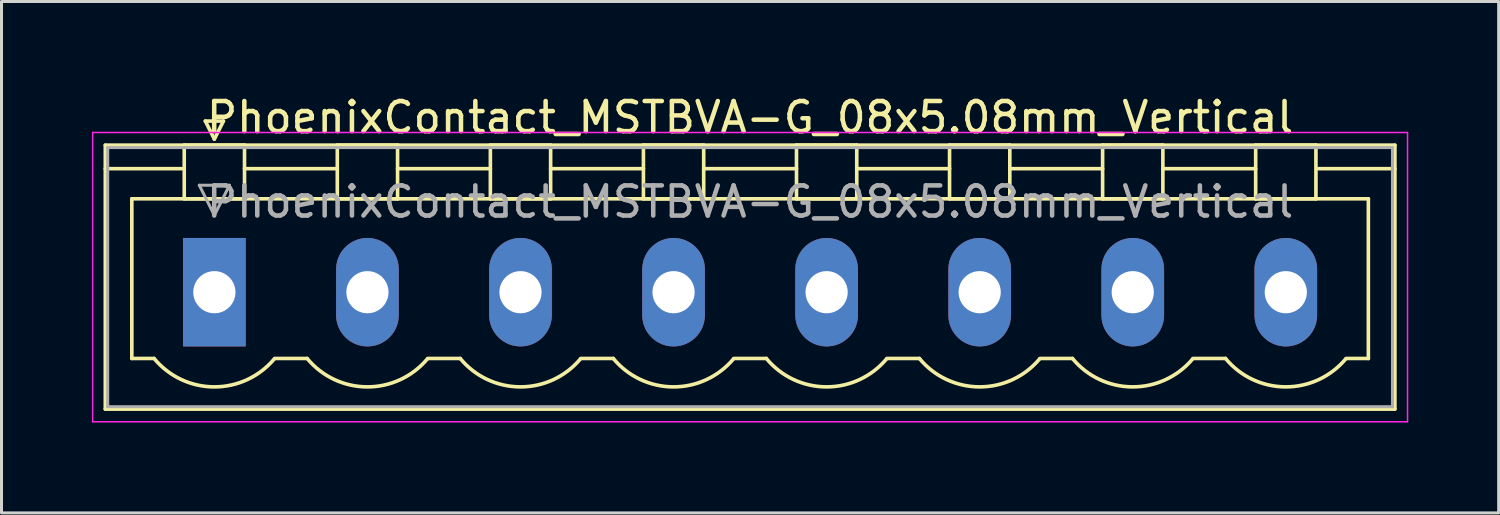
<source format=kicad_pcb>
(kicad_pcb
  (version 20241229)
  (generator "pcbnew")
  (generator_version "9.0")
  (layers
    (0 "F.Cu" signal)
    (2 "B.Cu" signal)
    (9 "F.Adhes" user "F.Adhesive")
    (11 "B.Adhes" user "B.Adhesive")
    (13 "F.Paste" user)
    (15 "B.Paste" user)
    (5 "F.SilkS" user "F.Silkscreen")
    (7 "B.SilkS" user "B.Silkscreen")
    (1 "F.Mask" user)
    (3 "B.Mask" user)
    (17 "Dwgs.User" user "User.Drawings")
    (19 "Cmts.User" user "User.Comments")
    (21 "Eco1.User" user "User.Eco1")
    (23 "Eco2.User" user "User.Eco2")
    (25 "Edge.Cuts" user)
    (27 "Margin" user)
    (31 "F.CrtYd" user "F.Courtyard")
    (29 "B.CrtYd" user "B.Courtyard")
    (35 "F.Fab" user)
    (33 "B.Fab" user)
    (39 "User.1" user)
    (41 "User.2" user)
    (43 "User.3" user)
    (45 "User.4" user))
  (footprint "PhoenixContact_MSTBVA-G_08x5.08mm_Vertical"
    (layer "F.Cu")
    (at 4.065 6.648)
    (property "Reference" "PhoenixContact_MSTBVA-G_08x5.08mm_Vertical" (at 17.78 -5.8 0) (layer "F.SilkS") (effects (font (size 1 1) (thickness 0.15))))
    (attr through_hole)
    (fp_line (start -3.62 -4.88) (end -3.62 3.88) (stroke (width 0.12) (type solid)) (layer "F.SilkS"))
    (fp_line (start -3.62 -4.1) (end -1.08 -4.1) (stroke (width 0.12) (type solid)) (layer "F.SilkS"))
    (fp_line (start -3.62 3.88) (end 39.18 3.88) (stroke (width 0.12) (type solid)) (layer "F.SilkS"))
    (fp_line (start -2.74 -3.1) (end 38.3 -3.1) (stroke (width 0.12) (type solid)) (layer "F.SilkS"))
    (fp_line (start -2.74 2.2) (end -2.74 -3.1) (stroke (width 0.12) (type solid)) (layer "F.SilkS"))
    (fp_line (start -2 2.2) (end -2.74 2.2) (stroke (width 0.12) (type solid)) (layer "F.SilkS"))
    (fp_line (start -1 -4.88) (end 1 -4.88) (stroke (width 0.12) (type solid)) (layer "F.SilkS"))
    (fp_line (start -1 -3.1) (end -1 -4.88) (stroke (width 0.12) (type solid)) (layer "F.SilkS"))
    (fp_line (start -0.3 -5.68) (end 0.3 -5.68) (stroke (width 0.12) (type solid)) (layer "F.SilkS"))
    (fp_line (start 0 -5.08) (end -0.3 -5.68) (stroke (width 0.12) (type solid)) (layer "F.SilkS"))
    (fp_line (start 0.3 -5.68) (end 0 -5.08) (stroke (width 0.12) (type solid)) (layer "F.SilkS"))
    (fp_line (start 1 -4.88) (end 1 -3.1) (stroke (width 0.12) (type solid)) (layer "F.SilkS"))
    (fp_line (start 1 -4.1) (end 4.08 -4.1) (stroke (width 0.12) (type solid)) (layer "F.SilkS"))
    (fp_line (start 1 -3.1) (end -1 -3.1) (stroke (width 0.12) (type solid)) (layer "F.SilkS"))
    (fp_line (start 2 2.2) (end 3.08 2.2) (stroke (width 0.12) (type solid)) (layer "F.SilkS"))
    (fp_line (start 4.08 -4.88) (end 6.08 -4.88) (stroke (width 0.12) (type solid)) (layer "F.SilkS"))
    (fp_line (start 4.08 -3.1) (end 4.08 -4.88) (stroke (width 0.12) (type solid)) (layer "F.SilkS"))
    (fp_line (start 6.08 -4.88) (end 6.08 -3.1) (stroke (width 0.12) (type solid)) (layer "F.SilkS"))
    (fp_line (start 6.08 -4.1) (end 9.16 -4.1) (stroke (width 0.12) (type solid)) (layer "F.SilkS"))
    (fp_line (start 6.08 -3.1) (end 4.08 -3.1) (stroke (width 0.12) (type solid)) (layer "F.SilkS"))
    (fp_line (start 7.08 2.2) (end 8.16 2.2) (stroke (width 0.12) (type solid)) (layer "F.SilkS"))
    (fp_line (start 9.16 -4.88) (end 11.16 -4.88) (stroke (width 0.12) (type solid)) (layer "F.SilkS"))
    (fp_line (start 9.16 -3.1) (end 9.16 -4.88) (stroke (width 0.12) (type solid)) (layer "F.SilkS"))
    (fp_line (start 11.16 -4.88) (end 11.16 -3.1) (stroke (width 0.12) (type solid)) (layer "F.SilkS"))
    (fp_line (start 11.16 -4.1) (end 14.24 -4.1) (stroke (width 0.12) (type solid)) (layer "F.SilkS"))
    (fp_line (start 11.16 -3.1) (end 9.16 -3.1) (stroke (width 0.12) (type solid)) (layer "F.SilkS"))
    (fp_line (start 12.16 2.2) (end 13.24 2.2) (stroke (width 0.12) (type solid)) (layer "F.SilkS"))
    (fp_line (start 14.24 -4.88) (end 16.24 -4.88) (stroke (width 0.12) (type solid)) (layer "F.SilkS"))
    (fp_line (start 14.24 -3.1) (end 14.24 -4.88) (stroke (width 0.12) (type solid)) (layer "F.SilkS"))
    (fp_line (start 16.24 -4.88) (end 16.24 -3.1) (stroke (width 0.12) (type solid)) (layer "F.SilkS"))
    (fp_line (start 16.24 -4.1) (end 19.32 -4.1) (stroke (width 0.12) (type solid)) (layer "F.SilkS"))
    (fp_line (start 16.24 -3.1) (end 14.24 -3.1) (stroke (width 0.12) (type solid)) (layer "F.SilkS"))
    (fp_line (start 17.24 2.2) (end 18.32 2.2) (stroke (width 0.12) (type solid)) (layer "F.SilkS"))
    (fp_line (start 19.32 -4.88) (end 21.32 -4.88) (stroke (width 0.12) (type solid)) (layer "F.SilkS"))
    (fp_line (start 19.32 -3.1) (end 19.32 -4.88) (stroke (width 0.12) (type solid)) (layer "F.SilkS"))
    (fp_line (start 21.32 -4.88) (end 21.32 -3.1) (stroke (width 0.12) (type solid)) (layer "F.SilkS"))
    (fp_line (start 21.32 -4.1) (end 24.4 -4.1) (stroke (width 0.12) (type solid)) (layer "F.SilkS"))
    (fp_line (start 21.32 -3.1) (end 19.32 -3.1) (stroke (width 0.12) (type solid)) (layer "F.SilkS"))
    (fp_line (start 22.32 2.2) (end 23.4 2.2) (stroke (width 0.12) (type solid)) (layer "F.SilkS"))
    (fp_line (start 24.4 -4.88) (end 26.4 -4.88) (stroke (width 0.12) (type solid)) (layer "F.SilkS"))
    (fp_line (start 24.4 -3.1) (end 24.4 -4.88) (stroke (width 0.12) (type solid)) (layer "F.SilkS"))
    (fp_line (start 26.4 -4.88) (end 26.4 -3.1) (stroke (width 0.12) (type solid)) (layer "F.SilkS"))
    (fp_line (start 26.4 -4.1) (end 29.48 -4.1) (stroke (width 0.12) (type solid)) (layer "F.SilkS"))
    (fp_line (start 26.4 -3.1) (end 24.4 -3.1) (stroke (width 0.12) (type solid)) (layer "F.SilkS"))
    (fp_line (start 27.4 2.2) (end 28.48 2.2) (stroke (width 0.12) (type solid)) (layer "F.SilkS"))
    (fp_line (start 29.48 -4.88) (end 31.48 -4.88) (stroke (width 0.12) (type solid)) (layer "F.SilkS"))
    (fp_line (start 29.48 -3.1) (end 29.48 -4.88) (stroke (width 0.12) (type solid)) (layer "F.SilkS"))
    (fp_line (start 31.48 -4.88) (end 31.48 -3.1) (stroke (width 0.12) (type solid)) (layer "F.SilkS"))
    (fp_line (start 31.48 -4.1) (end 34.56 -4.1) (stroke (width 0.12) (type solid)) (layer "F.SilkS"))
    (fp_line (start 31.48 -3.1) (end 29.48 -3.1) (stroke (width 0.12) (type solid)) (layer "F.SilkS"))
    (fp_line (start 32.48 2.2) (end 33.56 2.2) (stroke (width 0.12) (type solid)) (layer "F.SilkS"))
    (fp_line (start 34.56 -4.88) (end 36.56 -4.88) (stroke (width 0.12) (type solid)) (layer "F.SilkS"))
    (fp_line (start 34.56 -3.1) (end 34.56 -4.88) (stroke (width 0.12) (type solid)) (layer "F.SilkS"))
    (fp_line (start 36.56 -4.88) (end 36.56 -3.1) (stroke (width 0.12) (type solid)) (layer "F.SilkS"))
    (fp_line (start 36.56 -3.1) (end 34.56 -3.1) (stroke (width 0.12) (type solid)) (layer "F.SilkS"))
    (fp_line (start 38.3 -3.1) (end 38.3 2.2) (stroke (width 0.12) (type solid)) (layer "F.SilkS"))
    (fp_line (start 38.3 2.2) (end 37.56 2.2) (stroke (width 0.12) (type solid)) (layer "F.SilkS"))
    (fp_line (start 39.18 -4.88) (end -3.62 -4.88) (stroke (width 0.12) (type solid)) (layer "F.SilkS"))
    (fp_line (start 39.18 -4.1) (end 36.64 -4.1) (stroke (width 0.12) (type solid)) (layer "F.SilkS"))
    (fp_line (start 39.18 3.88) (end 39.18 -4.88) (stroke (width 0.12) (type solid)) (layer "F.SilkS"))
    (fp_arc (start 1.986842 2.215821) (mid -0.010289 3.142758) (end -2 2.2) (stroke (width 0.12) (type solid)) (layer "F.SilkS"))
    (fp_arc (start 7.066842 2.215821) (mid 5.069711 3.142758) (end 3.08 2.2) (stroke (width 0.12) (type solid)) (layer "F.SilkS"))
    (fp_arc (start 12.146842 2.215821) (mid 10.149711 3.142758) (end 8.16 2.2) (stroke (width 0.12) (type solid)) (layer "F.SilkS"))
    (fp_arc (start 17.226842 2.215821) (mid 15.229711 3.142758) (end 13.24 2.2) (stroke (width 0.12) (type solid)) (layer "F.SilkS"))
    (fp_arc (start 22.306842 2.215821) (mid 20.309711 3.142758) (end 18.32 2.2) (stroke (width 0.12) (type solid)) (layer "F.SilkS"))
    (fp_arc (start 27.386842 2.215821) (mid 25.389711 3.142758) (end 23.4 2.2) (stroke (width 0.12) (type solid)) (layer "F.SilkS"))
    (fp_arc (start 32.466842 2.215821) (mid 30.469711 3.142758) (end 28.48 2.2) (stroke (width 0.12) (type solid)) (layer "F.SilkS"))
    (fp_arc (start 37.546842 2.215821) (mid 35.549711 3.142758) (end 33.56 2.2) (stroke (width 0.12) (type solid)) (layer "F.SilkS"))
    (fp_line (start -4.04 -5.3) (end -4.04 4.3) (stroke (width 0.05) (type solid)) (layer "F.CrtYd"))
    (fp_line (start -4.04 4.3) (end 39.6 4.3) (stroke (width 0.05) (type solid)) (layer "F.CrtYd"))
    (fp_line (start 39.6 -5.3) (end -4.04 -5.3) (stroke (width 0.05) (type solid)) (layer "F.CrtYd"))
    (fp_line (start 39.6 4.3) (end 39.6 -5.3) (stroke (width 0.05) (type solid)) (layer "F.CrtYd"))
    (fp_line (start -3.54 -4.8) (end -3.54 3.8) (stroke (width 0.1) (type solid)) (layer "F.Fab"))
    (fp_line (start -3.54 3.8) (end 39.1 3.8) (stroke (width 0.1) (type solid)) (layer "F.Fab"))
    (fp_line (start -0.5 -3.55) (end 0.5 -3.55) (stroke (width 0.1) (type solid)) (layer "F.Fab"))
    (fp_line (start 0 -2.55) (end -0.5 -3.55) (stroke (width 0.1) (type solid)) (layer "F.Fab"))
    (fp_line (start 0.5 -3.55) (end 0 -2.55) (stroke (width 0.1) (type solid)) (layer "F.Fab"))
    (fp_line (start 39.1 -4.8) (end -3.54 -4.8) (stroke (width 0.1) (type solid)) (layer "F.Fab"))
    (fp_line (start 39.1 3.8) (end 39.1 -4.8) (stroke (width 0.1) (type solid)) (layer "F.Fab"))
    (fp_text user "${REFERENCE}" (at 17.78 -3 0) (layer "F.Fab") (effects (font (size 1 1) (thickness 0.15))))
    (pad "1" thru_hole rect (at 0 0) (size 2.08 3.6) (drill 1.4) (layers "*.Cu" "*.Mask"))
    (pad "2" thru_hole oval (at 5.08 0) (size 2.08 3.6) (drill 1.4) (layers "*.Cu" "*.Mask"))
    (pad "3" thru_hole oval (at 10.16 0) (size 2.08 3.6) (drill 1.4) (layers "*.Cu" "*.Mask"))
    (pad "4" thru_hole oval (at 15.24 0) (size 2.08 3.6) (drill 1.4) (layers "*.Cu" "*.Mask"))
    (pad "5" thru_hole oval (at 20.32 0) (size 2.08 3.6) (drill 1.4) (layers "*.Cu" "*.Mask"))
    (pad "6" thru_hole oval (at 25.4 0) (size 2.08 3.6) (drill 1.4) (layers "*.Cu" "*.Mask"))
    (pad "7" thru_hole oval (at 30.48 0) (size 2.08 3.6) (drill 1.4) (layers "*.Cu" "*.Mask"))
    (pad "8" thru_hole oval (at 35.56 0) (size 2.08 3.6) (drill 1.4) (layers "*.Cu" "*.Mask")))
  (gr_rect
    (start -3 -3)
    (end 46.69 13.973)
    (stroke (width 0.1) (type default))
    (fill no)
    (layer "Edge.Cuts")))
</source>
